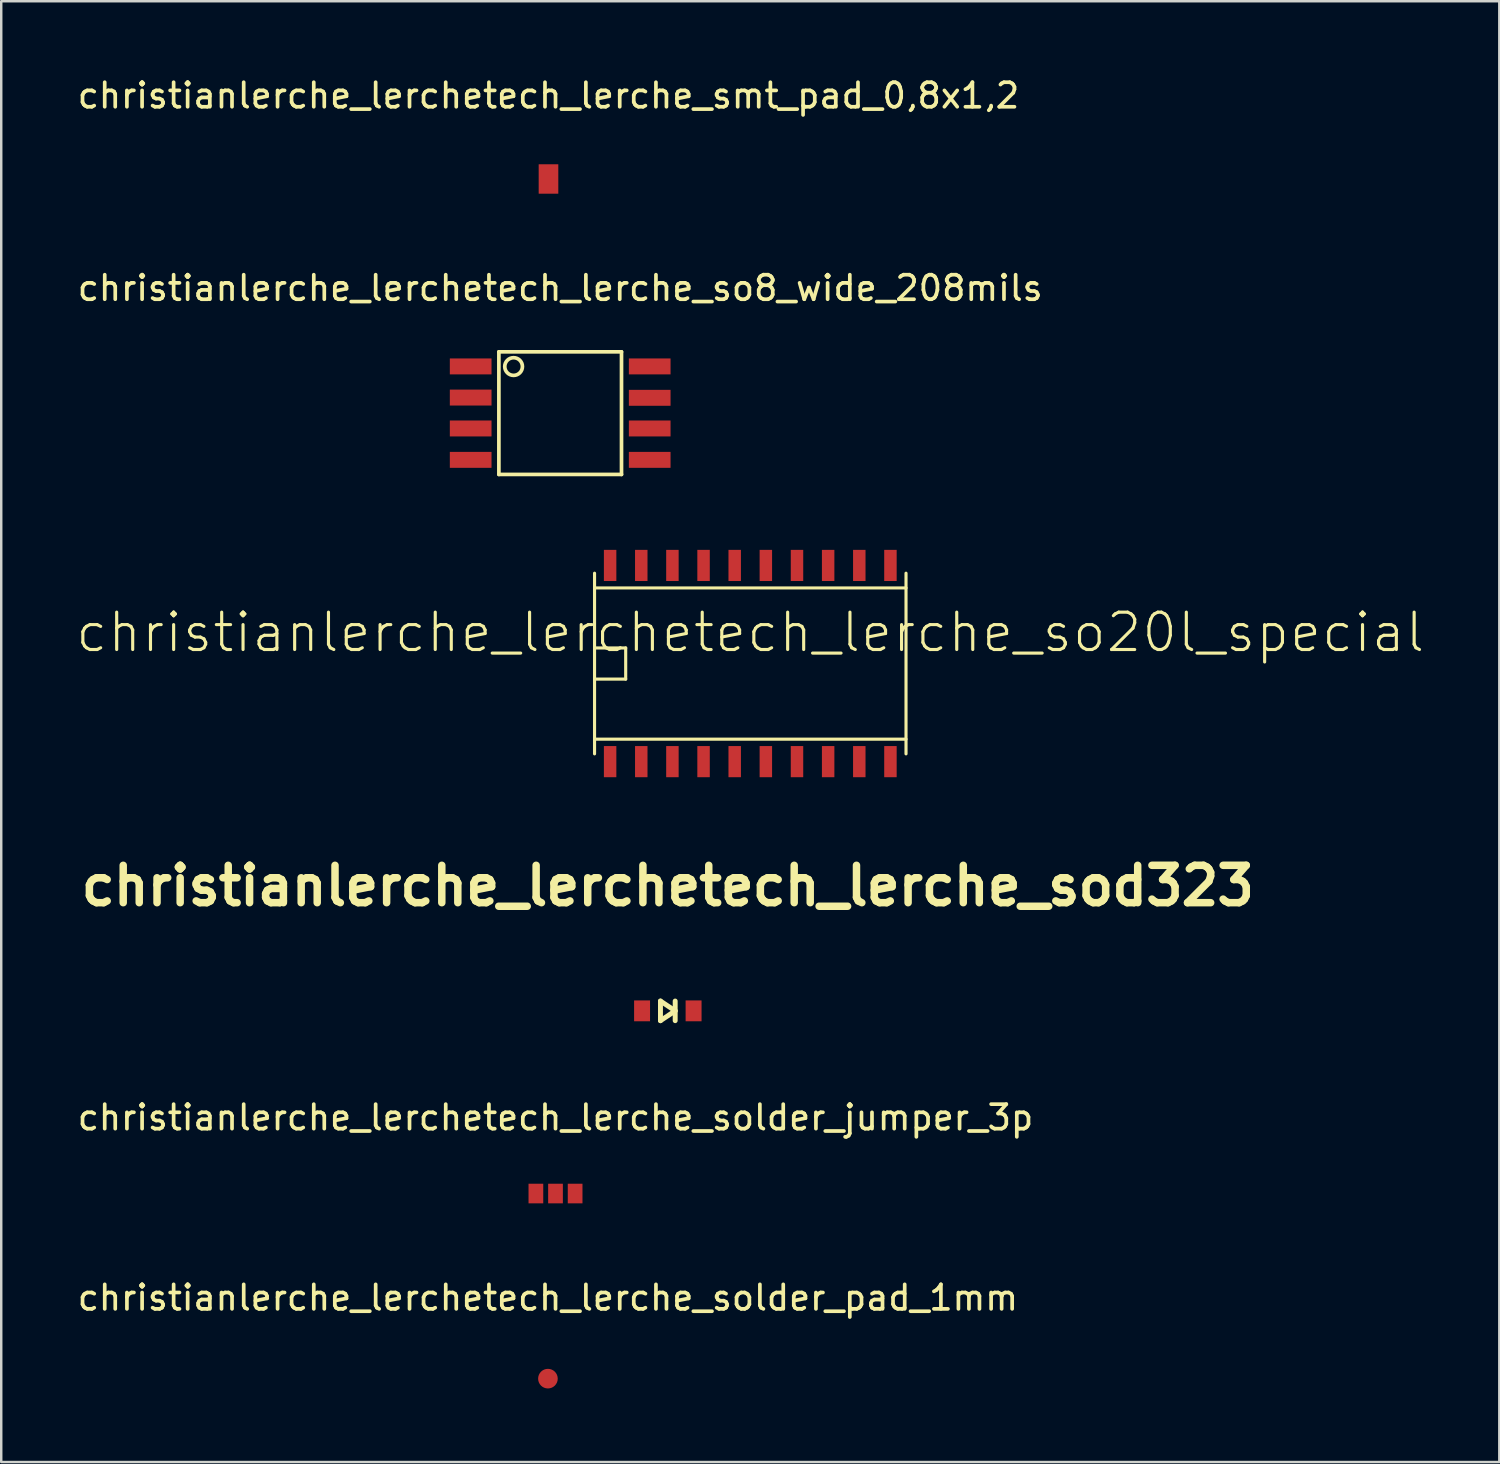
<source format=kicad_pcb>
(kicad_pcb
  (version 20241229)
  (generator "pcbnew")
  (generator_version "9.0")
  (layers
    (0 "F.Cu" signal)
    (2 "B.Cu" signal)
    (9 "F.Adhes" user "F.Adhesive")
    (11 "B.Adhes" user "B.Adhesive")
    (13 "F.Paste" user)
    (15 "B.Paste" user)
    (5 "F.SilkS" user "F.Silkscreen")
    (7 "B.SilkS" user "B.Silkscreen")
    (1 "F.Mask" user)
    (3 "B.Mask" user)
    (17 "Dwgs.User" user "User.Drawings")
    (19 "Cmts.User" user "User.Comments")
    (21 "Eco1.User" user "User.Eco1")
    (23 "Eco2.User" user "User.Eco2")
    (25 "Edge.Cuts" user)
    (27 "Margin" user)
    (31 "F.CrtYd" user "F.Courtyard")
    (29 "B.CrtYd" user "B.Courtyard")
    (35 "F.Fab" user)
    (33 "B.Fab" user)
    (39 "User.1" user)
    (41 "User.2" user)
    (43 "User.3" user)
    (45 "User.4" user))
  (footprint "christianlerche_lerchetech_lerche_so20l_special"
    (layer "F.Cu")
    (at 27.543 24.006)
    (property "Reference" "christianlerche_lerchetech_lerche_so20l_special" (at 0 -1.27 0) (layer "F.SilkS") (effects (font (size 1.524 1.524) (thickness 0.127))))
    (attr smd)
    (fp_line (start -6.35 -3.683) (end -6.35 3.683) (stroke (width 0.127) (type solid)) (layer "F.SilkS"))
    (fp_line (start -6.35 -3.083) (end 6.35 -3.083) (stroke (width 0.127) (type solid)) (layer "F.SilkS"))
    (fp_line (start -6.35 -0.635) (end -5.08 -0.635) (stroke (width 0.127) (type solid)) (layer "F.SilkS"))
    (fp_line (start -5.08 -0.635) (end -5.08 0.635) (stroke (width 0.127) (type solid)) (layer "F.SilkS"))
    (fp_line (start -5.08 0.635) (end -6.35 0.635) (stroke (width 0.127) (type solid)) (layer "F.SilkS"))
    (fp_line (start 6.35 3.083) (end -6.35 3.083) (stroke (width 0.127) (type solid)) (layer "F.SilkS"))
    (fp_line (start 6.35 3.683) (end 6.35 -3.683) (stroke (width 0.127) (type solid)) (layer "F.SilkS"))
    (pad "1" smd rect (at -5.715 4) (size 0.508 1.27) (layers "F.Cu" "F.Mask" "F.Paste"))
    (pad "2" smd rect (at -4.445 4) (size 0.508 1.27) (layers "F.Cu" "F.Mask" "F.Paste"))
    (pad "3" smd rect (at -3.175 4) (size 0.508 1.27) (layers "F.Cu" "F.Mask" "F.Paste"))
    (pad "4" smd rect (at -1.905 4) (size 0.508 1.27) (layers "F.Cu" "F.Mask" "F.Paste"))
    (pad "5" smd rect (at -0.635 4) (size 0.508 1.27) (layers "F.Cu" "F.Mask" "F.Paste"))
    (pad "6" smd rect (at 0.635 4) (size 0.508 1.27) (layers "F.Cu" "F.Mask" "F.Paste"))
    (pad "7" smd rect (at 1.905 4) (size 0.508 1.27) (layers "F.Cu" "F.Mask" "F.Paste"))
    (pad "8" smd rect (at 3.175 4) (size 0.508 1.27) (layers "F.Cu" "F.Mask" "F.Paste"))
    (pad "9" smd rect (at 4.445 4) (size 0.508 1.27) (layers "F.Cu" "F.Mask" "F.Paste"))
    (pad "10" smd rect (at 5.715 4) (size 0.508 1.27) (layers "F.Cu" "F.Mask" "F.Paste"))
    (pad "11" smd rect (at 5.715 -4) (size 0.508 1.27) (layers "F.Cu" "F.Mask" "F.Paste"))
    (pad "12" smd rect (at 4.445 -4) (size 0.508 1.27) (layers "F.Cu" "F.Mask" "F.Paste"))
    (pad "13" smd rect (at 3.175 -4) (size 0.508 1.27) (layers "F.Cu" "F.Mask" "F.Paste"))
    (pad "14" smd rect (at 1.905 -4) (size 0.508 1.27) (layers "F.Cu" "F.Mask" "F.Paste"))
    (pad "15" smd rect (at 0.635 -4) (size 0.508 1.27) (layers "F.Cu" "F.Mask" "F.Paste"))
    (pad "16" smd rect (at -0.635 -4) (size 0.508 1.27) (layers "F.Cu" "F.Mask" "F.Paste"))
    (pad "17" smd rect (at -1.905 -4) (size 0.508 1.27) (layers "F.Cu" "F.Mask" "F.Paste"))
    (pad "18" smd rect (at -3.175 -4) (size 0.508 1.27) (layers "F.Cu" "F.Mask" "F.Paste"))
    (pad "19" smd rect (at -4.445 -4) (size 0.508 1.27) (layers "F.Cu" "F.Mask" "F.Paste"))
    (pad "20" smd rect (at -5.715 -4) (size 0.508 1.27) (layers "F.Cu" "F.Mask" "F.Paste")))
  (footprint "christianlerche_lerchetech_lerche_smt_pad_0,8x1,2"
    (layer "F.Cu")
    (at 19.315 4.248)
    (property "Reference" "christianlerche_lerchetech_lerche_smt_pad_0,8x1,2" (at 0 -3.4 0) (layer "F.SilkS") (effects (font (size 1 1) (thickness 0.15))))
    (attr through_hole)
    (pad "1" smd rect (at 0 0) (size 0.8 1.2) (layers "F.Cu" "F.Mask" "F.Paste")))
  (footprint "christianlerche_lerchetech_lerche_sod323"
    (layer "F.Cu")
    (at 24.181 38.168)
    (property "Reference" "christianlerche_lerchetech_lerche_sod323" (at 0 -5.1 0) (layer "F.SilkS") (effects (font (size 1.524 1.524) (thickness 0.305))))
    (attr through_hole)
    (fp_line (start -0.3 -0.4) (end -0.3 0.4) (stroke (width 0.201) (type solid)) (layer "F.SilkS"))
    (fp_line (start -0.3 -0.4) (end 0.3 0) (stroke (width 0.201) (type solid)) (layer "F.SilkS"))
    (fp_line (start 0.3 -0.4) (end 0.3 0.4) (stroke (width 0.201) (type solid)) (layer "F.SilkS"))
    (fp_line (start 0.3 0) (end -0.3 0.4) (stroke (width 0.201) (type solid)) (layer "F.SilkS"))
    (pad "1" smd rect (at -1.05 0) (size 0.65 0.85) (layers "F.Cu" "F.Mask" "F.Paste"))
    (pad "2" smd rect (at 1.05 0) (size 0.65 0.85) (layers "F.Cu" "F.Mask" "F.Paste")))
  (footprint "christianlerche_lerchetech_lerche_solder_pad_1mm"
    (layer "F.Cu")
    (at 19.292 53.165)
    (property "Reference" "christianlerche_lerchetech_lerche_solder_pad_1mm" (at 0 -3.3 0) (layer "F.SilkS") (effects (font (size 1 1) (thickness 0.15))))
    (attr through_hole)
    (pad "1" smd circle (at 0 0) (size 0.8 0.8) (layers "F.Cu" "F.Mask" "F.Paste")))
  (footprint "christianlerche_lerchetech_lerche_solder_jumper_3p"
    (layer "F.Cu")
    (at 19.601 45.617)
    (property "Reference" "christianlerche_lerchetech_lerche_solder_jumper_3p" (at 0 -3.1 0) (layer "F.SilkS") (effects (font (size 1 1) (thickness 0.15))))
    (attr through_hole)
    (pad "1" smd rect (at -0.8 0) (size 0.6 0.8) (layers "F.Cu" "F.Mask" "F.Paste"))
    (pad "2" smd rect (at 0 0) (size 0.6 0.8) (layers "F.Cu" "F.Mask" "F.Paste"))
    (pad "3" smd rect (at 0.8 0) (size 0.6 0.8) (layers "F.Cu" "F.Mask" "F.Paste")))
  (footprint "christianlerche_lerchetech_lerche_so8_wide_208mils"
    (layer "F.Cu")
    (at 19.792 13.796)
    (property "Reference" "christianlerche_lerchetech_lerche_so8_wide_208mils" (at 0 -5.1 0) (layer "F.SilkS") (effects (font (size 1 1) (thickness 0.15))))
    (attr through_hole)
    (fp_line (start -2.5 -2.5) (end 2.5 -2.5) (stroke (width 0.15) (type solid)) (layer "F.SilkS"))
    (fp_line (start -2.5 2.5) (end -2.5 -2.5) (stroke (width 0.15) (type solid)) (layer "F.SilkS"))
    (fp_line (start 2.5 -2.5) (end 2.5 2.5) (stroke (width 0.15) (type solid)) (layer "F.SilkS"))
    (fp_line (start 2.5 2.5) (end -2.5 2.5) (stroke (width 0.15) (type solid)) (layer "F.SilkS"))
    (fp_circle (center -1.9 -1.9) (end -1.7 -1.6) (stroke (width 0.15) (type solid)) (fill no) (layer "F.SilkS"))
    (pad "1" smd rect (at -3.65 -1.905) (size 1.7 0.65) (layers "F.Cu" "F.Mask" "F.Paste"))
    (pad "2" smd rect (at -3.65 -0.635) (size 1.7 0.65) (layers "F.Cu" "F.Mask" "F.Paste"))
    (pad "3" smd rect (at -3.65 0.625) (size 1.7 0.65) (layers "F.Cu" "F.Mask" "F.Paste"))
    (pad "4" smd rect (at -3.65 1.905) (size 1.7 0.65) (layers "F.Cu" "F.Mask" "F.Paste"))
    (pad "5" smd rect (at 3.65 1.905) (size 1.7 0.65) (layers "F.Cu" "F.Mask" "F.Paste"))
    (pad "6" smd rect (at 3.65 0.625) (size 1.7 0.65) (layers "F.Cu" "F.Mask" "F.Paste"))
    (pad "7" smd rect (at 3.65 -0.625) (size 1.7 0.65) (layers "F.Cu" "F.Mask" "F.Paste"))
    (pad "8" smd rect (at 3.65 -1.905) (size 1.7 0.65) (layers "F.Cu" "F.Mask" "F.Paste")))
  (gr_rect
    (start -3 -3)
    (end 58.085 56.565)
    (stroke (width 0.1) (type default))
    (fill no)
    (layer "Edge.Cuts")))
</source>
